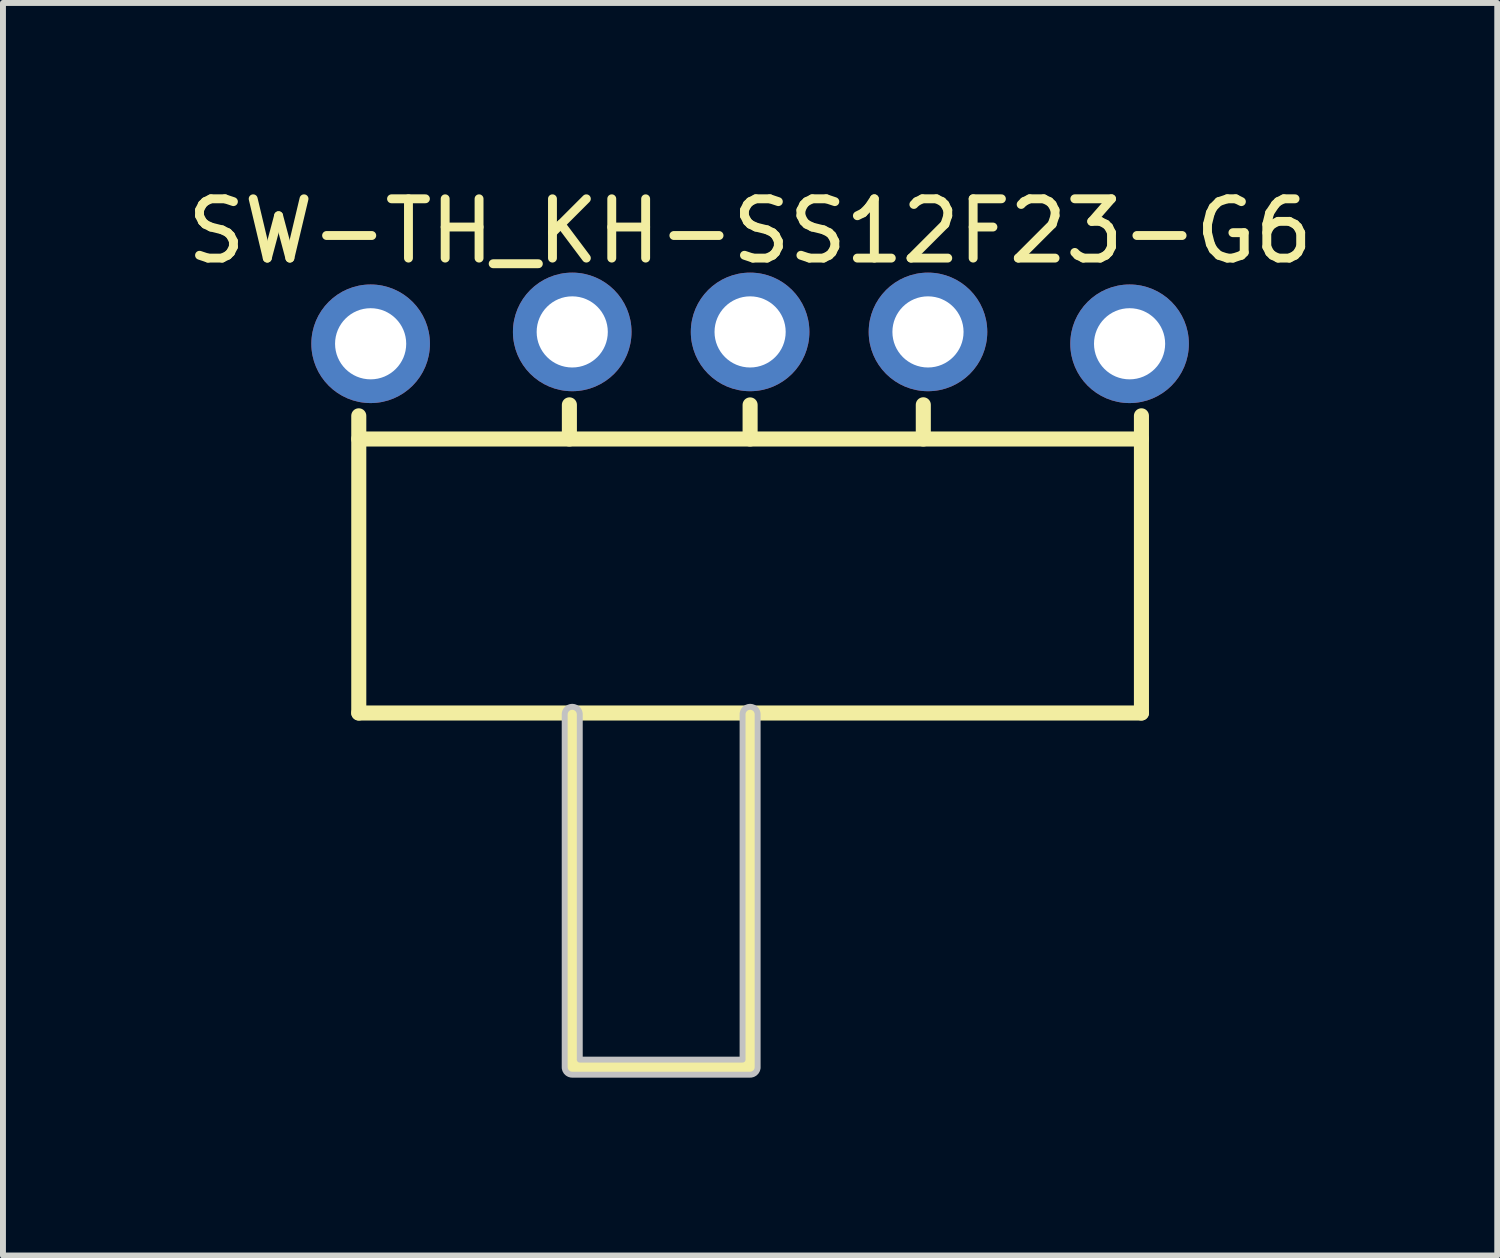
<source format=kicad_pcb>
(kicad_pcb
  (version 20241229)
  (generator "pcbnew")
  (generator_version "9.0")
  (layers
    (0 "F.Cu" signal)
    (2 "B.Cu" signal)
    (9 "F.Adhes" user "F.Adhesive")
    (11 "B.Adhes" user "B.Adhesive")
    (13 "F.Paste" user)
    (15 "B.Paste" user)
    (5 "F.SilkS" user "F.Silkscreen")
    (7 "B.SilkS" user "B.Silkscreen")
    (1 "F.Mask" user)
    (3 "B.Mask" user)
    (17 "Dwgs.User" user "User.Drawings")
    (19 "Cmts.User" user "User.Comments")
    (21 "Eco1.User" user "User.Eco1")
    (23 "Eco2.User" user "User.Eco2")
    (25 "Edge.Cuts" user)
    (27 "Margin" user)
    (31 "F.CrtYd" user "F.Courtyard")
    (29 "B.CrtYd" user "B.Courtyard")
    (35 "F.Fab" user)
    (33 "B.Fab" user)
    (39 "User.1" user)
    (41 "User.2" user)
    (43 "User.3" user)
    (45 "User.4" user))
  (footprint "SW-TH_KH-SS12F23-G6"
    (layer "F.Cu")
    (at 9.601 2.648)
    (property "Reference" "SW-TH_KH-SS12F23-G6" (at 0 -1.8 0) (layer "F.SilkS") (effects (font (size 1 1) (thickness 0.15))))
    (fp_line (start -6.6 1.706) (end 6.6 1.706) (stroke (width 0.254) (type default)) (layer "F.SilkS"))
    (fp_line (start -6.6 6.327) (end -6.6 1.315) (stroke (width 0.254) (type default)) (layer "F.SilkS"))
    (fp_line (start -3.048 1.13) (end -3.048 1.706) (stroke (width 0.254) (type default)) (layer "F.SilkS"))
    (fp_line (start -3.002 6.327) (end -3.002 12.327) (stroke (width 0.254) (type default)) (layer "F.SilkS"))
    (fp_line (start -3.002 12.327) (end -0.002 12.327) (stroke (width 0.254) (type default)) (layer "F.SilkS"))
    (fp_line (start -0.002 12.327) (end -0.002 6.327) (stroke (width 0.254) (type default)) (layer "F.SilkS"))
    (fp_line (start 0 1.131) (end 0 1.706) (stroke (width 0.254) (type default)) (layer "F.SilkS"))
    (fp_line (start 2.921 1.129) (end 2.921 1.706) (stroke (width 0.254) (type default)) (layer "F.SilkS"))
    (fp_line (start 6.6 6.327) (end -6.6 6.327) (stroke (width 0.254) (type default)) (layer "F.SilkS"))
    (fp_line (start 6.6 6.327) (end 6.6 1.315) (stroke (width 0.254) (type default)) (layer "F.SilkS"))
    (fp_poly (pts (arc (start -3.127 6.35) (mid -3 6.223) (end -2.873 6.35)) (xy -2.873 12.173) (xy -0.127 12.173) (arc (start -0.127 6.35) (mid 0 6.223) (end 0.127 6.35)) (arc (start 0.127 12.3) (mid 0.089803 12.389803) (end 0 12.427)) (arc (start -3 12.427) (mid -3.089803 12.389803) (end -3.127 12.3))) (stroke (width 0.1) (type default)) (fill no) (layer "Dwgs.User"))
    (fp_poly (pts (xy -6.6 -0.3) (xy -6.2 -0.3) (xy -6.2 0.5) (xy -6.6 0.5)) (stroke (width 0.1) (type default)) (fill no) (layer "User.1"))
    (fp_poly (pts (xy -6.6 -0.3) (xy -6.2 -0.3) (xy -6.2 1.6) (xy -6.6 1.6)) (stroke (width 0.1) (type default)) (fill no) (layer "User.1"))
    (fp_poly (pts (xy -3.4 -0.3) (xy -2.6 -0.3) (xy -2.6 0.1) (xy -3.4 0.1)) (stroke (width 0.1) (type default)) (fill no) (layer "User.1"))
    (fp_poly (pts (xy -3.4 -0.3) (xy -2.6 -0.3) (xy -2.6 1.6) (xy -3.4 1.6)) (stroke (width 0.1) (type default)) (fill no) (layer "User.1"))
    (fp_poly (pts (xy -0.4 -0.3) (xy 0.4 -0.3) (xy 0.4 0.1) (xy -0.4 0.1)) (stroke (width 0.1) (type default)) (fill no) (layer "User.1"))
    (fp_poly (pts (xy -0.4 -0.3) (xy 0.4 -0.3) (xy 0.4 1.6) (xy -0.4 1.6)) (stroke (width 0.1) (type default)) (fill no) (layer "User.1"))
    (fp_poly (pts (xy 2.6 -0.3) (xy 3.4 -0.3) (xy 3.4 0.1) (xy 2.6 0.1)) (stroke (width 0.1) (type default)) (fill no) (layer "User.1"))
    (fp_poly (pts (xy 2.6 -0.3) (xy 3.401 -0.3) (xy 3.401 1.6) (xy 2.6 1.6)) (stroke (width 0.1) (type default)) (fill no) (layer "User.1"))
    (fp_poly (pts (xy 6.2 -0.3) (xy 6.6 -0.3) (xy 6.6 0.5) (xy 6.2 0.5)) (stroke (width 0.1) (type default)) (fill no) (layer "User.1"))
    (fp_poly (pts (xy 6.2 -0.299) (xy 6.601 -0.299) (xy 6.601 1.601) (xy 6.2 1.601)) (stroke (width 0.1) (type default)) (fill no) (layer "User.1"))
    (fp_line (start -6.6 1.55) (end 6.6 1.55) (stroke (width 0.051) (type default)) (layer "User.2"))
    (fp_line (start -6.6 6.3) (end -6.6 1.55) (stroke (width 0.051) (type default)) (layer "User.2"))
    (fp_line (start 6.6 1.55) (end 6.6 6.3) (stroke (width 0.051) (type default)) (layer "User.2"))
    (fp_line (start 6.6 6.3) (end -6.6 6.3) (stroke (width 0.051) (type default)) (layer "User.2"))
    (fp_poly (pts (xy -6.545 -0.323) (xy -6.577 -0.355) (xy -6.623 -0.355) (xy -6.655 -0.323) (xy -6.655 -0.277) (xy -6.623 -0.245) (xy -6.577 -0.245) (xy -6.545 -0.277)) (stroke (width 0.1) (type default)) (fill no) (layer "User.3"))
    (pad "1" thru_hole circle (at -3 -0.1) (size 2 2) (drill 1.2) (layers "*.Cu" "*.Mask"))
    (pad "2" thru_hole circle (at 0 -0.1) (size 2 2) (drill 1.2) (layers "*.Cu" "*.Mask"))
    (pad "3" thru_hole circle (at 3 -0.1) (size 2 2) (drill 1.2) (layers "*.Cu" "*.Mask"))
    (pad "4" thru_hole circle (at 6.4 0.1) (size 2 2) (drill 1.2) (layers "*.Cu" "*.Mask"))
    (pad "5" thru_hole circle (at -6.4 0.1) (size 2 2) (drill 1.2) (layers "*.Cu" "*.Mask")))
  (gr_rect
    (start -3 -3)
    (end 22.202 18.125)
    (stroke (width 0.1) (type default))
    (fill no)
    (layer "Edge.Cuts")))
</source>
